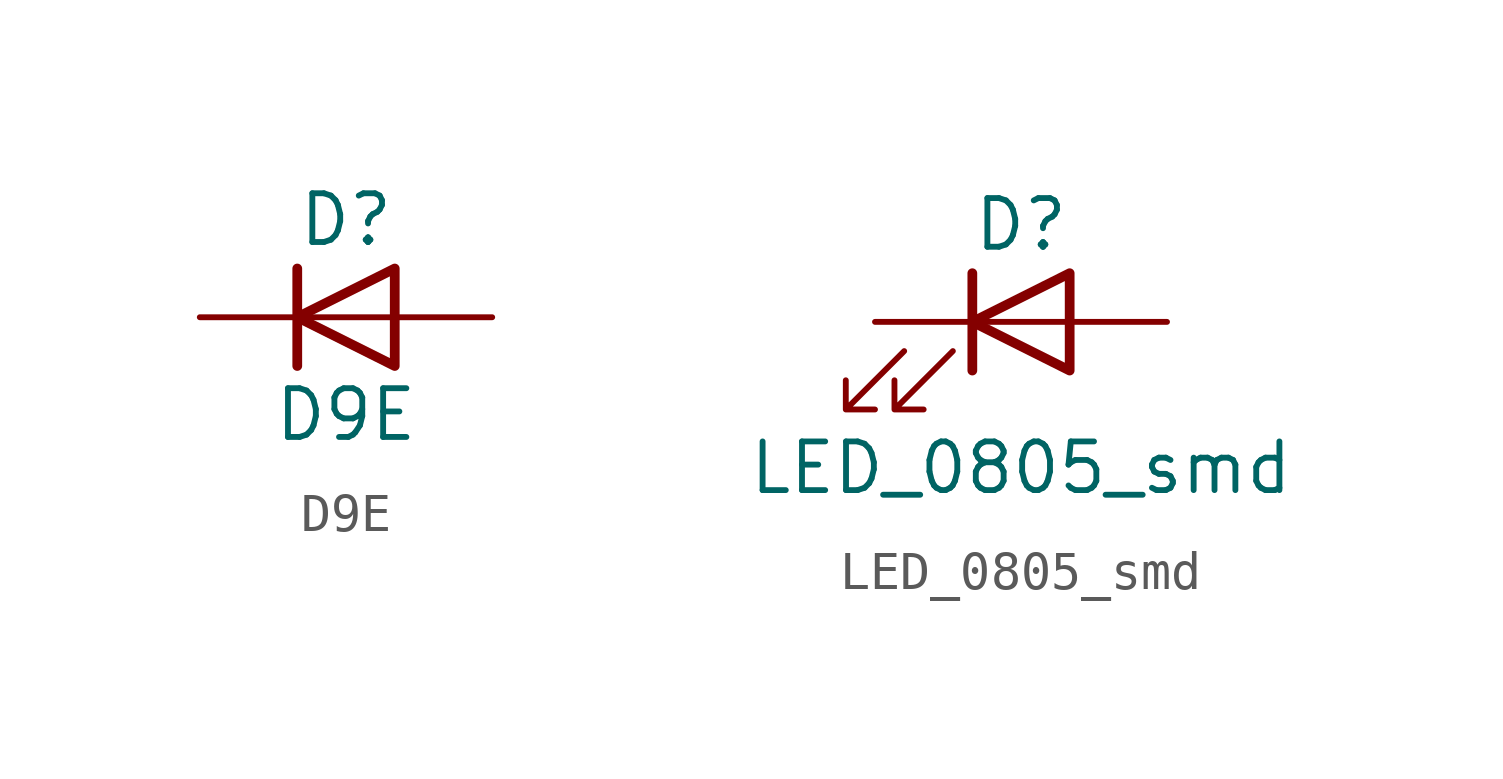
<source format=kicad_sym>
(kicad_symbol_lib
  (version 20220914)
  (generator kicad_symbol_editor)
  (symbol "D9E"
    (pin_numbers hide)
    (pin_names
      (offset 1.016) hide)
    (property "Reference" "D"
      (at 0 2.54 0)
      (effects (font (size 1.27 1.27))))
    (property "Value" "D9E"
      (at 0 -2.54 0)
      (effects (font (size 1.27 1.27))))
    (symbol "D9E_0_1"
      (polyline (pts (xy -1.27 1.27) (xy -1.27 -1.27)) (stroke (width 0.254) (type default)) (fill (type none)))
      (polyline (pts (xy 1.27 0) (xy -1.27 0)) (stroke (width 0) (type default)) (fill (type none)))
      (polyline (pts (xy 1.27 1.27) (xy 1.27 -1.27) (xy -1.27 0) (xy 1.27 1.27)) (stroke (width 0.254) (type default)) (fill (type none))))
    (symbol "D9E_1_1"
      (pin passive line (at -3.81 0 0) (length 2.54) (name "K" (effects (font (size 1.27 1.27)))) (number "1" (effects (font (size 1.27 1.27)))))
      (pin passive line (at 3.81 0 180) (length 2.54) (name "A" (effects (font (size 1.27 1.27)))) (number "2" (effects (font (size 1.27 1.27)))))))
  (symbol "LED_0805_smd"
    (pin_numbers hide)
    (pin_names
      (offset 1.016) hide)
    (property "Reference" "D"
      (at 0 2.54 0)
      (effects (font (size 1.27 1.27))))
    (property "Value" "LED_0805_smd"
      (at 0 -3.81 0)
      (effects (font (size 1.27 1.27))))
    (symbol "LED_0805_smd_0_1"
      (polyline (pts (xy -1.27 -1.27) (xy -1.27 1.27)) (stroke (width 0.254) (type default)) (fill (type none)))
      (polyline (pts (xy -1.27 0) (xy 1.27 0)) (stroke (width 0) (type default)) (fill (type none)))
      (polyline (pts (xy 1.27 -1.27) (xy 1.27 1.27) (xy -1.27 0) (xy 1.27 -1.27)) (stroke (width 0.254) (type default)) (fill (type none)))
      (polyline (pts (xy -3.048 -0.762) (xy -4.572 -2.286) (xy -3.81 -2.286) (xy -4.572 -2.286) (xy -4.572 -1.524)) (stroke (width 0) (type default)) (fill (type none)))
      (polyline (pts (xy -1.778 -0.762) (xy -3.302 -2.286) (xy -2.54 -2.286) (xy -3.302 -2.286) (xy -3.302 -1.524)) (stroke (width 0) (type default)) (fill (type none))))
    (symbol "LED_0805_smd_1_1"
      (pin passive line (at -3.81 0 0) (length 2.54) (name "K" (effects (font (size 1.27 1.27)))) (number "1" (effects (font (size 1.27 1.27)))))
      (pin passive line (at 3.81 0 180) (length 2.54) (name "A" (effects (font (size 1.27 1.27)))) (number "2" (effects (font (size 1.27 1.27))))))))
</source>
